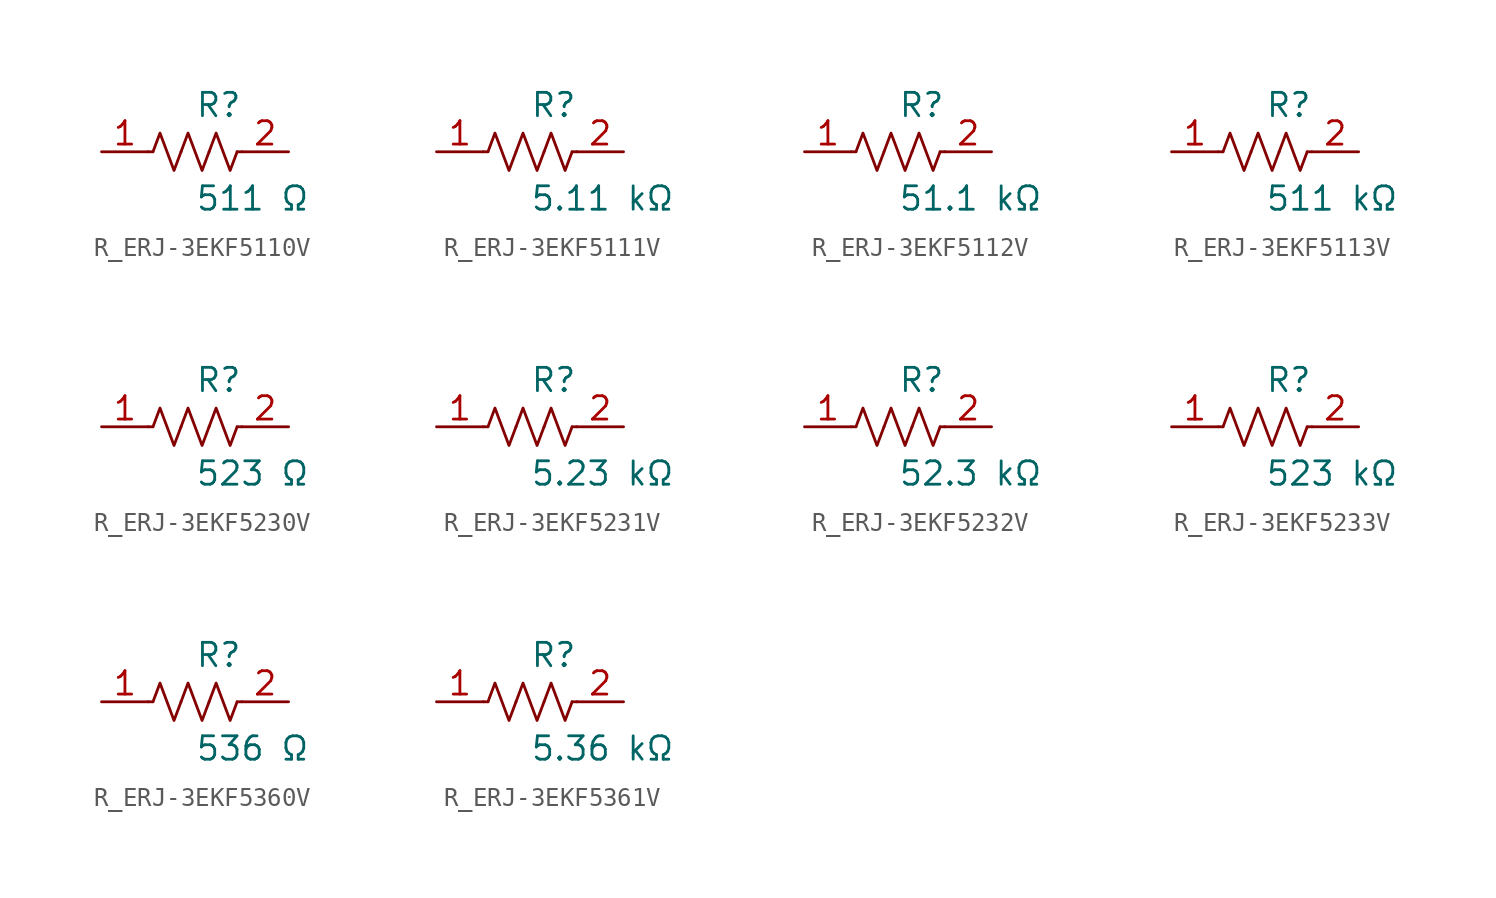
<source format=kicad_sym>
(kicad_symbol_lib
  (version 20231120)
  (generator kicad_symbol_editor)
  (generator_version 8.0)
  (symbol "R_ERJ-3EKF5110V"
    (pin_names
      (offset 0.254))
    (property "Reference" "R"
      (at 0.0 2.54 0)
      (effects (font (size 1.27 1.27)) (justify left)))
    (property "Value" "511 Ω"
      (at 0.0 -2.54 0)
      (effects (font (size 1.27 1.27)) (justify left)))
    (symbol "R_ERJ-3EKF5110V_0_1"
      (polyline (pts (xy 2.286 0) (xy 2.54 0)) (stroke (width 0) (type default)) (fill (type none)))
      (polyline (pts (xy -2.286 0) (xy -2.54 0)) (stroke (width 0) (type default)) (fill (type none)))
      (polyline (pts (xy 0.762 0) (xy 1.143 1.016) (xy 1.524 0) (xy 1.905 -1.016) (xy 2.286 0)) (stroke (width 0) (type default)) (fill (type none)))
      (polyline (pts (xy -0.762 0) (xy -0.381 1.016) (xy 0 0) (xy 0.381 -1.016) (xy 0.762 0)) (stroke (width 0) (type default)) (fill (type none)))
      (polyline (pts (xy -2.286 0) (xy -1.905 1.016) (xy -1.524 0) (xy -1.143 -1.016) (xy -0.762 0)) (stroke (width 0) (type default)) (fill (type none))))
    (pin unspecified line
      (at -5.08 0 0)
      (length 2.54)
      (name "" (effects (font (size 1.27 1.27))))
      (number "1" (effects (font (size 1.27 1.27)))))
    (pin unspecified line
      (at 5.08 0 180)
      (length 2.54)
      (name "" (effects (font (size 1.27 1.27))))
      (number "2" (effects (font (size 1.27 1.27))))))
  (symbol "R_ERJ-3EKF5111V"
    (pin_names
      (offset 0.254))
    (property "Reference" "R"
      (at 0.0 2.54 0)
      (effects (font (size 1.27 1.27)) (justify left)))
    (property "Value" "5.11 kΩ"
      (at 0.0 -2.54 0)
      (effects (font (size 1.27 1.27)) (justify left)))
    (symbol "R_ERJ-3EKF5111V_0_1"
      (polyline (pts (xy 2.286 0) (xy 2.54 0)) (stroke (width 0) (type default)) (fill (type none)))
      (polyline (pts (xy -2.286 0) (xy -2.54 0)) (stroke (width 0) (type default)) (fill (type none)))
      (polyline (pts (xy 0.762 0) (xy 1.143 1.016) (xy 1.524 0) (xy 1.905 -1.016) (xy 2.286 0)) (stroke (width 0) (type default)) (fill (type none)))
      (polyline (pts (xy -0.762 0) (xy -0.381 1.016) (xy 0 0) (xy 0.381 -1.016) (xy 0.762 0)) (stroke (width 0) (type default)) (fill (type none)))
      (polyline (pts (xy -2.286 0) (xy -1.905 1.016) (xy -1.524 0) (xy -1.143 -1.016) (xy -0.762 0)) (stroke (width 0) (type default)) (fill (type none))))
    (pin unspecified line
      (at -5.08 0 0)
      (length 2.54)
      (name "" (effects (font (size 1.27 1.27))))
      (number "1" (effects (font (size 1.27 1.27)))))
    (pin unspecified line
      (at 5.08 0 180)
      (length 2.54)
      (name "" (effects (font (size 1.27 1.27))))
      (number "2" (effects (font (size 1.27 1.27))))))
  (symbol "R_ERJ-3EKF5112V"
    (pin_names
      (offset 0.254))
    (property "Reference" "R"
      (at 0.0 2.54 0)
      (effects (font (size 1.27 1.27)) (justify left)))
    (property "Value" "51.1 kΩ"
      (at 0.0 -2.54 0)
      (effects (font (size 1.27 1.27)) (justify left)))
    (symbol "R_ERJ-3EKF5112V_0_1"
      (polyline (pts (xy 2.286 0) (xy 2.54 0)) (stroke (width 0) (type default)) (fill (type none)))
      (polyline (pts (xy -2.286 0) (xy -2.54 0)) (stroke (width 0) (type default)) (fill (type none)))
      (polyline (pts (xy 0.762 0) (xy 1.143 1.016) (xy 1.524 0) (xy 1.905 -1.016) (xy 2.286 0)) (stroke (width 0) (type default)) (fill (type none)))
      (polyline (pts (xy -0.762 0) (xy -0.381 1.016) (xy 0 0) (xy 0.381 -1.016) (xy 0.762 0)) (stroke (width 0) (type default)) (fill (type none)))
      (polyline (pts (xy -2.286 0) (xy -1.905 1.016) (xy -1.524 0) (xy -1.143 -1.016) (xy -0.762 0)) (stroke (width 0) (type default)) (fill (type none))))
    (pin unspecified line
      (at -5.08 0 0)
      (length 2.54)
      (name "" (effects (font (size 1.27 1.27))))
      (number "1" (effects (font (size 1.27 1.27)))))
    (pin unspecified line
      (at 5.08 0 180)
      (length 2.54)
      (name "" (effects (font (size 1.27 1.27))))
      (number "2" (effects (font (size 1.27 1.27))))))
  (symbol "R_ERJ-3EKF5113V"
    (pin_names
      (offset 0.254))
    (property "Reference" "R"
      (at 0.0 2.54 0)
      (effects (font (size 1.27 1.27)) (justify left)))
    (property "Value" "511 kΩ"
      (at 0.0 -2.54 0)
      (effects (font (size 1.27 1.27)) (justify left)))
    (symbol "R_ERJ-3EKF5113V_0_1"
      (polyline (pts (xy 2.286 0) (xy 2.54 0)) (stroke (width 0) (type default)) (fill (type none)))
      (polyline (pts (xy -2.286 0) (xy -2.54 0)) (stroke (width 0) (type default)) (fill (type none)))
      (polyline (pts (xy 0.762 0) (xy 1.143 1.016) (xy 1.524 0) (xy 1.905 -1.016) (xy 2.286 0)) (stroke (width 0) (type default)) (fill (type none)))
      (polyline (pts (xy -0.762 0) (xy -0.381 1.016) (xy 0 0) (xy 0.381 -1.016) (xy 0.762 0)) (stroke (width 0) (type default)) (fill (type none)))
      (polyline (pts (xy -2.286 0) (xy -1.905 1.016) (xy -1.524 0) (xy -1.143 -1.016) (xy -0.762 0)) (stroke (width 0) (type default)) (fill (type none))))
    (pin unspecified line
      (at -5.08 0 0)
      (length 2.54)
      (name "" (effects (font (size 1.27 1.27))))
      (number "1" (effects (font (size 1.27 1.27)))))
    (pin unspecified line
      (at 5.08 0 180)
      (length 2.54)
      (name "" (effects (font (size 1.27 1.27))))
      (number "2" (effects (font (size 1.27 1.27))))))
  (symbol "R_ERJ-3EKF5230V"
    (pin_names
      (offset 0.254))
    (property "Reference" "R"
      (at 0.0 2.54 0)
      (effects (font (size 1.27 1.27)) (justify left)))
    (property "Value" "523 Ω"
      (at 0.0 -2.54 0)
      (effects (font (size 1.27 1.27)) (justify left)))
    (symbol "R_ERJ-3EKF5230V_0_1"
      (polyline (pts (xy 2.286 0) (xy 2.54 0)) (stroke (width 0) (type default)) (fill (type none)))
      (polyline (pts (xy -2.286 0) (xy -2.54 0)) (stroke (width 0) (type default)) (fill (type none)))
      (polyline (pts (xy 0.762 0) (xy 1.143 1.016) (xy 1.524 0) (xy 1.905 -1.016) (xy 2.286 0)) (stroke (width 0) (type default)) (fill (type none)))
      (polyline (pts (xy -0.762 0) (xy -0.381 1.016) (xy 0 0) (xy 0.381 -1.016) (xy 0.762 0)) (stroke (width 0) (type default)) (fill (type none)))
      (polyline (pts (xy -2.286 0) (xy -1.905 1.016) (xy -1.524 0) (xy -1.143 -1.016) (xy -0.762 0)) (stroke (width 0) (type default)) (fill (type none))))
    (pin unspecified line
      (at -5.08 0 0)
      (length 2.54)
      (name "" (effects (font (size 1.27 1.27))))
      (number "1" (effects (font (size 1.27 1.27)))))
    (pin unspecified line
      (at 5.08 0 180)
      (length 2.54)
      (name "" (effects (font (size 1.27 1.27))))
      (number "2" (effects (font (size 1.27 1.27))))))
  (symbol "R_ERJ-3EKF5231V"
    (pin_names
      (offset 0.254))
    (property "Reference" "R"
      (at 0.0 2.54 0)
      (effects (font (size 1.27 1.27)) (justify left)))
    (property "Value" "5.23 kΩ"
      (at 0.0 -2.54 0)
      (effects (font (size 1.27 1.27)) (justify left)))
    (symbol "R_ERJ-3EKF5231V_0_1"
      (polyline (pts (xy 2.286 0) (xy 2.54 0)) (stroke (width 0) (type default)) (fill (type none)))
      (polyline (pts (xy -2.286 0) (xy -2.54 0)) (stroke (width 0) (type default)) (fill (type none)))
      (polyline (pts (xy 0.762 0) (xy 1.143 1.016) (xy 1.524 0) (xy 1.905 -1.016) (xy 2.286 0)) (stroke (width 0) (type default)) (fill (type none)))
      (polyline (pts (xy -0.762 0) (xy -0.381 1.016) (xy 0 0) (xy 0.381 -1.016) (xy 0.762 0)) (stroke (width 0) (type default)) (fill (type none)))
      (polyline (pts (xy -2.286 0) (xy -1.905 1.016) (xy -1.524 0) (xy -1.143 -1.016) (xy -0.762 0)) (stroke (width 0) (type default)) (fill (type none))))
    (pin unspecified line
      (at -5.08 0 0)
      (length 2.54)
      (name "" (effects (font (size 1.27 1.27))))
      (number "1" (effects (font (size 1.27 1.27)))))
    (pin unspecified line
      (at 5.08 0 180)
      (length 2.54)
      (name "" (effects (font (size 1.27 1.27))))
      (number "2" (effects (font (size 1.27 1.27))))))
  (symbol "R_ERJ-3EKF5232V"
    (pin_names
      (offset 0.254))
    (property "Reference" "R"
      (at 0.0 2.54 0)
      (effects (font (size 1.27 1.27)) (justify left)))
    (property "Value" "52.3 kΩ"
      (at 0.0 -2.54 0)
      (effects (font (size 1.27 1.27)) (justify left)))
    (symbol "R_ERJ-3EKF5232V_0_1"
      (polyline (pts (xy 2.286 0) (xy 2.54 0)) (stroke (width 0) (type default)) (fill (type none)))
      (polyline (pts (xy -2.286 0) (xy -2.54 0)) (stroke (width 0) (type default)) (fill (type none)))
      (polyline (pts (xy 0.762 0) (xy 1.143 1.016) (xy 1.524 0) (xy 1.905 -1.016) (xy 2.286 0)) (stroke (width 0) (type default)) (fill (type none)))
      (polyline (pts (xy -0.762 0) (xy -0.381 1.016) (xy 0 0) (xy 0.381 -1.016) (xy 0.762 0)) (stroke (width 0) (type default)) (fill (type none)))
      (polyline (pts (xy -2.286 0) (xy -1.905 1.016) (xy -1.524 0) (xy -1.143 -1.016) (xy -0.762 0)) (stroke (width 0) (type default)) (fill (type none))))
    (pin unspecified line
      (at -5.08 0 0)
      (length 2.54)
      (name "" (effects (font (size 1.27 1.27))))
      (number "1" (effects (font (size 1.27 1.27)))))
    (pin unspecified line
      (at 5.08 0 180)
      (length 2.54)
      (name "" (effects (font (size 1.27 1.27))))
      (number "2" (effects (font (size 1.27 1.27))))))
  (symbol "R_ERJ-3EKF5233V"
    (pin_names
      (offset 0.254))
    (property "Reference" "R"
      (at 0.0 2.54 0)
      (effects (font (size 1.27 1.27)) (justify left)))
    (property "Value" "523 kΩ"
      (at 0.0 -2.54 0)
      (effects (font (size 1.27 1.27)) (justify left)))
    (symbol "R_ERJ-3EKF5233V_0_1"
      (polyline (pts (xy 2.286 0) (xy 2.54 0)) (stroke (width 0) (type default)) (fill (type none)))
      (polyline (pts (xy -2.286 0) (xy -2.54 0)) (stroke (width 0) (type default)) (fill (type none)))
      (polyline (pts (xy 0.762 0) (xy 1.143 1.016) (xy 1.524 0) (xy 1.905 -1.016) (xy 2.286 0)) (stroke (width 0) (type default)) (fill (type none)))
      (polyline (pts (xy -0.762 0) (xy -0.381 1.016) (xy 0 0) (xy 0.381 -1.016) (xy 0.762 0)) (stroke (width 0) (type default)) (fill (type none)))
      (polyline (pts (xy -2.286 0) (xy -1.905 1.016) (xy -1.524 0) (xy -1.143 -1.016) (xy -0.762 0)) (stroke (width 0) (type default)) (fill (type none))))
    (pin unspecified line
      (at -5.08 0 0)
      (length 2.54)
      (name "" (effects (font (size 1.27 1.27))))
      (number "1" (effects (font (size 1.27 1.27)))))
    (pin unspecified line
      (at 5.08 0 180)
      (length 2.54)
      (name "" (effects (font (size 1.27 1.27))))
      (number "2" (effects (font (size 1.27 1.27))))))
  (symbol "R_ERJ-3EKF5360V"
    (pin_names
      (offset 0.254))
    (property "Reference" "R"
      (at 0.0 2.54 0)
      (effects (font (size 1.27 1.27)) (justify left)))
    (property "Value" "536 Ω"
      (at 0.0 -2.54 0)
      (effects (font (size 1.27 1.27)) (justify left)))
    (symbol "R_ERJ-3EKF5360V_0_1"
      (polyline (pts (xy 2.286 0) (xy 2.54 0)) (stroke (width 0) (type default)) (fill (type none)))
      (polyline (pts (xy -2.286 0) (xy -2.54 0)) (stroke (width 0) (type default)) (fill (type none)))
      (polyline (pts (xy 0.762 0) (xy 1.143 1.016) (xy 1.524 0) (xy 1.905 -1.016) (xy 2.286 0)) (stroke (width 0) (type default)) (fill (type none)))
      (polyline (pts (xy -0.762 0) (xy -0.381 1.016) (xy 0 0) (xy 0.381 -1.016) (xy 0.762 0)) (stroke (width 0) (type default)) (fill (type none)))
      (polyline (pts (xy -2.286 0) (xy -1.905 1.016) (xy -1.524 0) (xy -1.143 -1.016) (xy -0.762 0)) (stroke (width 0) (type default)) (fill (type none))))
    (pin unspecified line
      (at -5.08 0 0)
      (length 2.54)
      (name "" (effects (font (size 1.27 1.27))))
      (number "1" (effects (font (size 1.27 1.27)))))
    (pin unspecified line
      (at 5.08 0 180)
      (length 2.54)
      (name "" (effects (font (size 1.27 1.27))))
      (number "2" (effects (font (size 1.27 1.27))))))
  (symbol "R_ERJ-3EKF5361V"
    (pin_names
      (offset 0.254))
    (property "Reference" "R"
      (at 0.0 2.54 0)
      (effects (font (size 1.27 1.27)) (justify left)))
    (property "Value" "5.36 kΩ"
      (at 0.0 -2.54 0)
      (effects (font (size 1.27 1.27)) (justify left)))
    (symbol "R_ERJ-3EKF5361V_0_1"
      (polyline (pts (xy 2.286 0) (xy 2.54 0)) (stroke (width 0) (type default)) (fill (type none)))
      (polyline (pts (xy -2.286 0) (xy -2.54 0)) (stroke (width 0) (type default)) (fill (type none)))
      (polyline (pts (xy 0.762 0) (xy 1.143 1.016) (xy 1.524 0) (xy 1.905 -1.016) (xy 2.286 0)) (stroke (width 0) (type default)) (fill (type none)))
      (polyline (pts (xy -0.762 0) (xy -0.381 1.016) (xy 0 0) (xy 0.381 -1.016) (xy 0.762 0)) (stroke (width 0) (type default)) (fill (type none)))
      (polyline (pts (xy -2.286 0) (xy -1.905 1.016) (xy -1.524 0) (xy -1.143 -1.016) (xy -0.762 0)) (stroke (width 0) (type default)) (fill (type none))))
    (pin unspecified line
      (at -5.08 0 0)
      (length 2.54)
      (name "" (effects (font (size 1.27 1.27))))
      (number "1" (effects (font (size 1.27 1.27)))))
    (pin unspecified line
      (at 5.08 0 180)
      (length 2.54)
      (name "" (effects (font (size 1.27 1.27))))
      (number "2" (effects (font (size 1.27 1.27)))))))
</source>
